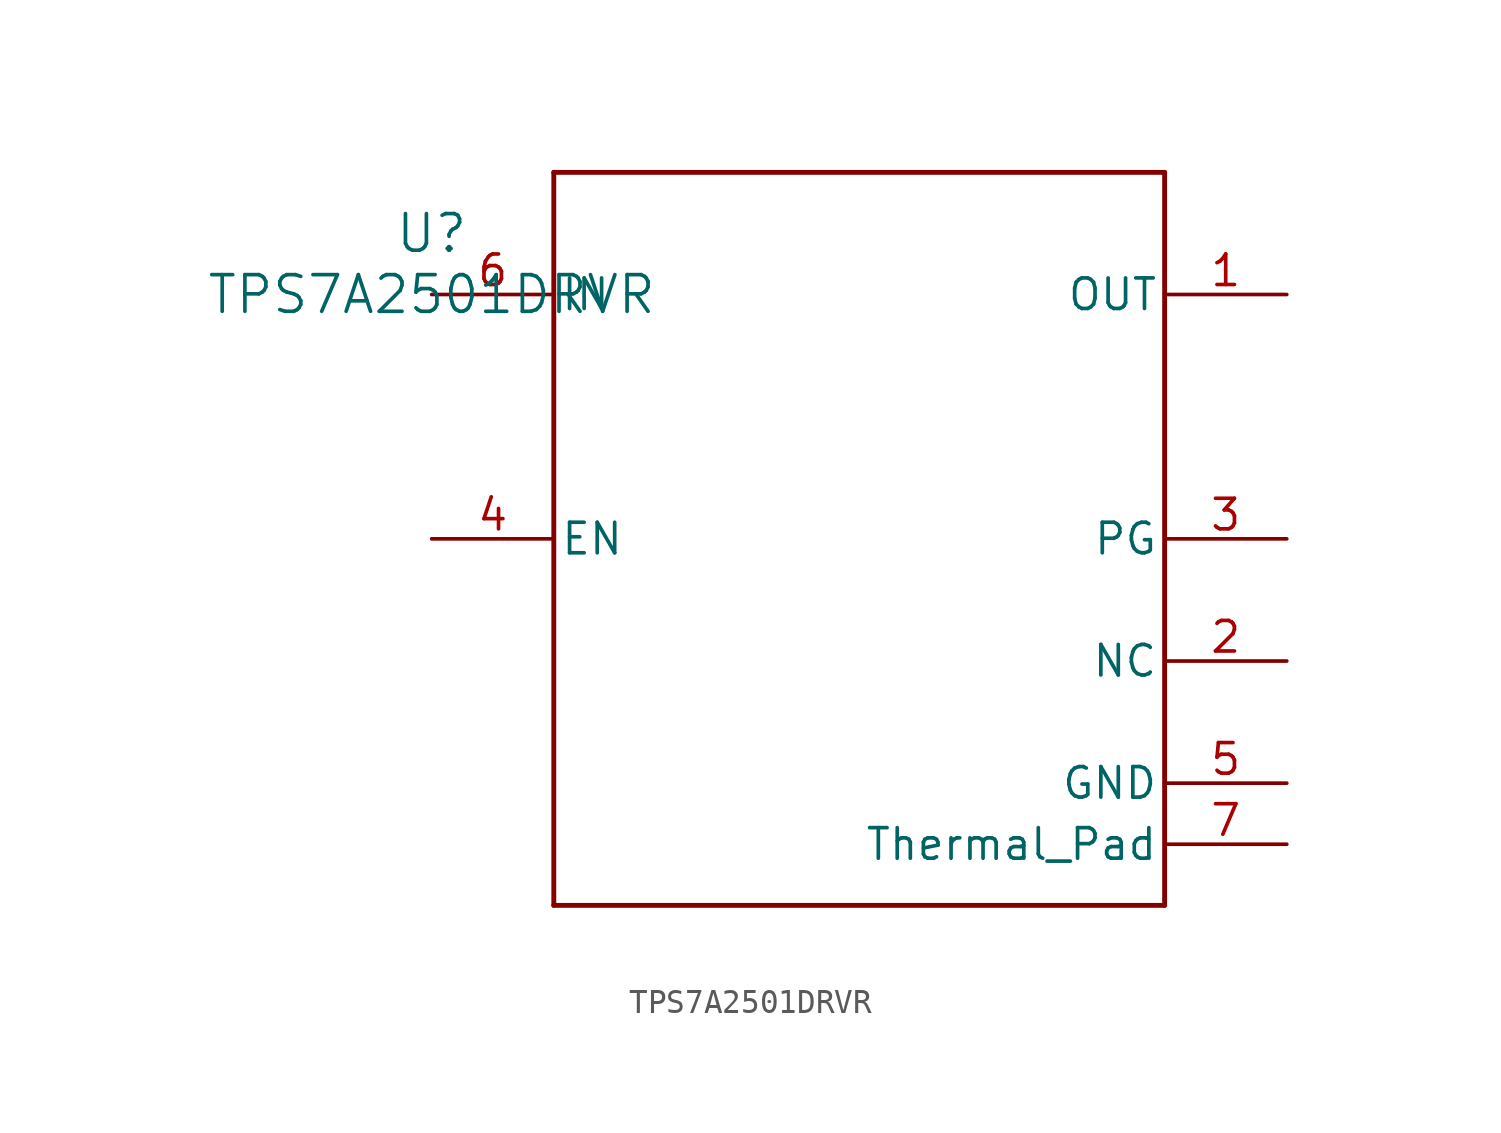
<source format=kicad_sym>
(kicad_symbol_lib
  (version 20211014)
  (generator kicad_symbol_editor)
  (symbol "TPS7A2501DRVR"
    (pin_names
      (offset 0.254))
    (property "Reference" "U"
      (at 0 2.54 0)
      (effects (font (size 1.524 1.524))))
    (property "Value" "TPS7A2501DRVR"
      (at 0 0 0)
      (effects (font (size 1.524 1.524))))
    (symbol "TPS7A2501DRVR_0_1"
      (polyline (pts (xy 5.08 -25.4) (xy 30.48 -25.4)) (stroke (width 0.203) (type default) (color 0 0 0 0)) (fill (type none)))
      (polyline (pts (xy 30.48 -25.4) (xy 30.48 5.08)) (stroke (width 0.203) (type default) (color 0 0 0 0)) (fill (type none)))
      (polyline (pts (xy 30.48 5.08) (xy 5.08 5.08)) (stroke (width 0.203) (type default) (color 0 0 0 0)) (fill (type none)))
      (polyline (pts (xy 5.08 5.08) (xy 5.08 -25.4)) (stroke (width 0.203) (type default) (color 0 0 0 0)) (fill (type none)))
      (pin power_in line (at 35.56 0 180) (length 5.08) (name "OUT" (effects (font (size 1.27 1.27)))) (number "1" (effects (font (size 1.27 1.27)))))
      (pin unspecified line (at 35.56 -15.24 180) (length 5.08) (name "NC" (effects (font (size 1.27 1.27)))) (number "2" (effects (font (size 1.27 1.27)))))
      (pin open_collector line (at 35.56 -10.16 180) (length 5.08) (name "PG" (effects (font (size 1.27 1.27)))) (number "3" (effects (font (size 1.27 1.27)))))
      (pin input line (at 0 -10.16 0) (length 5.08) (name "EN" (effects (font (size 1.27 1.27)))) (number "4" (effects (font (size 1.27 1.27)))))
      (pin power_in line (at 35.56 -20.32 180) (length 5.08) (name "GND" (effects (font (size 1.27 1.27)))) (number "5" (effects (font (size 1.27 1.27)))))
      (pin power_in line (at 0 0 0) (length 5.08) (name "IN" (effects (font (size 1.27 1.27)))) (number "6" (effects (font (size 1.27 1.27)))))
      (pin power_in line (at 35.56 -22.86 180) (length 5.08) (name "Thermal_Pad" (effects (font (size 1.27 1.27)))) (number "7" (effects (font (size 1.27 1.27))))))))
</source>
